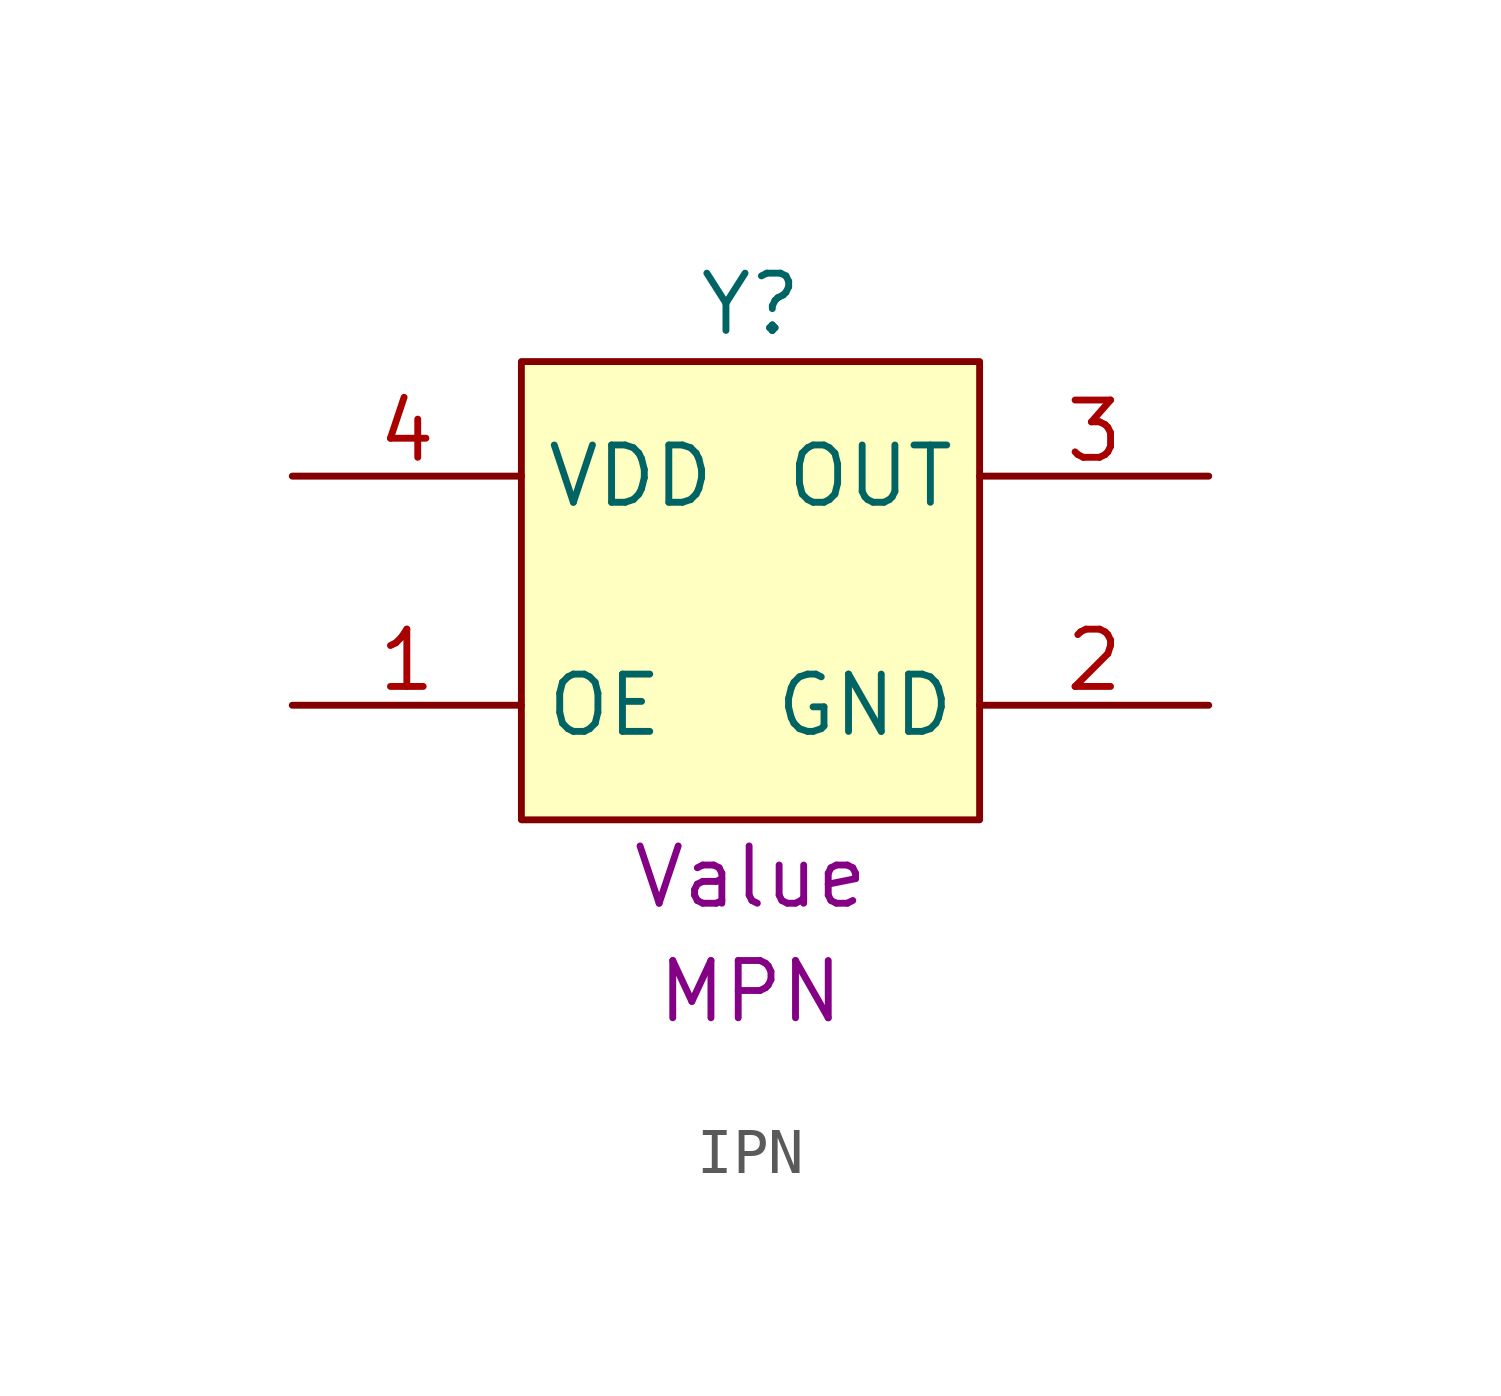
<source format=kicad_sym>
(kicad_symbol_lib
  (version 20211014)
  (generator kicad_symbol_editor)
  (symbol "IPN"
    (property "Reference" "Y"
      (at 0 6.35 0)
      (effects (font (size 1.27 1.27))))
    (property "Manufacturer Part Number" "MPN"
      (at 0 -8.89 0)
      (effects (font (size 1.27 1.27))))
    (property "Part Number" "Value"
      (at 0 -6.35 0)
      (effects (font (size 1.27 1.27))))
    (symbol "IPN_1_1"
      (rectangle (start -5.08 5.08) (end 5.08 -5.08) (stroke (width 0) (type default) (color 0 0 0 0)) (fill (type background)))
      (pin input line (at -10.16 -2.54 0) (length 5.08) (name "OE" (effects (font (size 1.27 1.27)))) (number "1" (effects (font (size 1.27 1.27)))))
      (pin power_out line (at 10.16 -2.54 180) (length 5.08) (name "GND" (effects (font (size 1.27 1.27)))) (number "2" (effects (font (size 1.27 1.27)))))
      (pin output line (at 10.16 2.54 180) (length 5.08) (name "OUT" (effects (font (size 1.27 1.27)))) (number "3" (effects (font (size 1.27 1.27)))))
      (pin power_in line (at -10.16 2.54 0) (length 5.08) (name "VDD" (effects (font (size 1.27 1.27)))) (number "4" (effects (font (size 1.27 1.27))))))))
</source>
